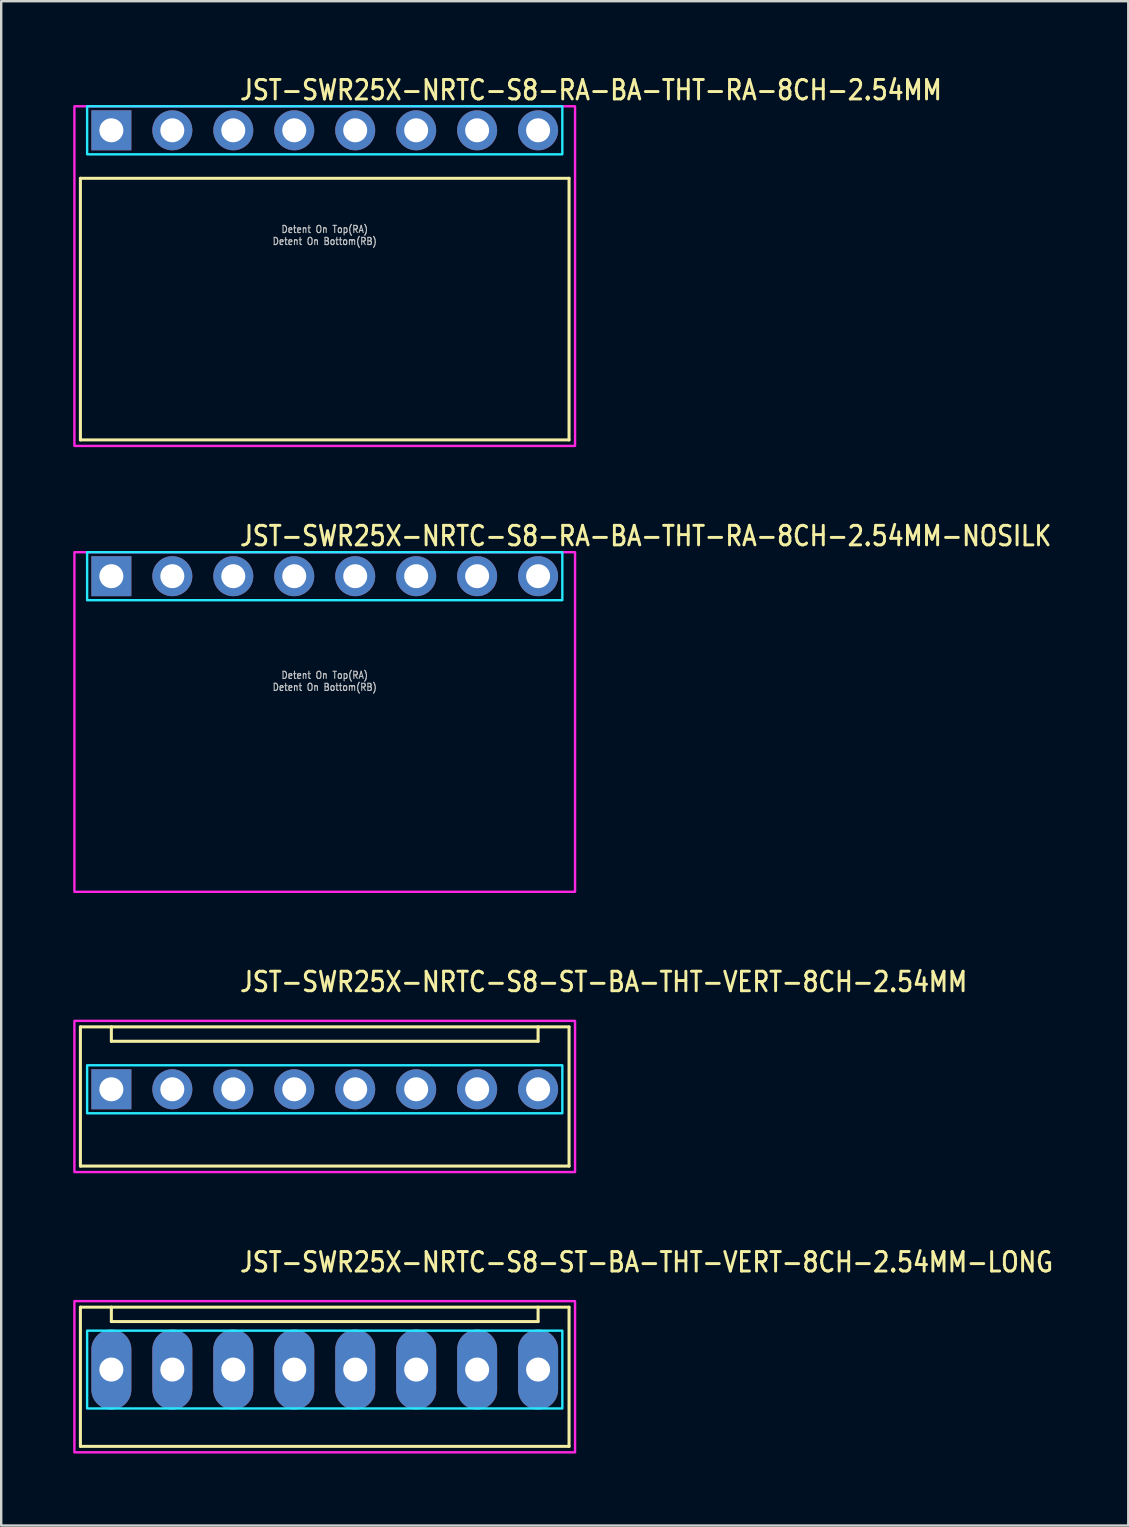
<source format=kicad_pcb>
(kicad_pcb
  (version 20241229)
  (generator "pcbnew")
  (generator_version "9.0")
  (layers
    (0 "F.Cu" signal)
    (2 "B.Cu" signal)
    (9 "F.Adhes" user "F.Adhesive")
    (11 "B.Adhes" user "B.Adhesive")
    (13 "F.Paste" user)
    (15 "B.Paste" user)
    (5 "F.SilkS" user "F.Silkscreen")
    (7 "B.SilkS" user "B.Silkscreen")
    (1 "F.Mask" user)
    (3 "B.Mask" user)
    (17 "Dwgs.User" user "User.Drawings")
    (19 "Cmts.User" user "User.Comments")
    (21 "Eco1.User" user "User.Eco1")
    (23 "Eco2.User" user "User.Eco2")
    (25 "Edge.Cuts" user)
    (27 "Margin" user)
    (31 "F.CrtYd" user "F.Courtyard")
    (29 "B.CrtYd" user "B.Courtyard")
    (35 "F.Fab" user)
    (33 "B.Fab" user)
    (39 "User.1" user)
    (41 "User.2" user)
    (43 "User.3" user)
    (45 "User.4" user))
  (footprint "JST-SWR25X-NRTC-S8-ST-BA-THT-VERT-8CH-2.54MM"
    (layer "F.Cu")
    (at 10.48 42.336)
    (property "Reference" "JST-SWR25X-NRTC-S8-ST-BA-THT-VERT-8CH-2.54MM" (at -3.6 -4 0) (unlocked yes) (layer "F.SilkS") (effects (font (size 0.813 0.695) (thickness 0.122)) (justify left bottom)))
    (fp_line (start -10.18 -2.6) (end 10.18 -2.6) (stroke (width 0.127) (type solid)) (layer "F.SilkS"))
    (fp_line (start -10.18 3.2) (end -10.18 -2.6) (stroke (width 0.127) (type solid)) (layer "F.SilkS"))
    (fp_line (start -10.18 3.2) (end 10.18 3.2) (stroke (width 0.127) (type solid)) (layer "F.SilkS"))
    (fp_line (start -8.89 -2.6) (end -8.89 -2) (stroke (width 0.127) (type solid)) (layer "F.SilkS"))
    (fp_line (start -8.89 -2) (end 8.89 -2) (stroke (width 0.127) (type solid)) (layer "F.SilkS"))
    (fp_line (start 8.89 -2.6) (end 8.89 -2) (stroke (width 0.127) (type solid)) (layer "F.SilkS"))
    (fp_line (start 10.18 -2.6) (end 10.18 3.2) (stroke (width 0.127) (type solid)) (layer "F.SilkS"))
    (fp_poly (pts (xy -9.9 -1) (xy -9.9 1) (xy 9.9 1) (xy 9.9 -1)) (stroke (width 0.1) (type solid)) (fill no) (layer "B.CrtYd"))
    (fp_poly (pts (xy -10.43 -2.85) (xy -10.43 3.45) (xy 10.43 3.45) (xy 10.43 -2.85)) (stroke (width 0.1) (type solid)) (fill no) (layer "F.CrtYd"))
    (pad "P$1" thru_hole rect (at -8.89 0) (size 1.667 1.667) (drill 1) (layers "*.Cu" "*.Mask"))
    (pad "P$2" thru_hole oval (at -6.35 0) (size 1.667 1.667) (drill 1) (layers "*.Cu" "*.Mask"))
    (pad "P$3" thru_hole oval (at -3.81 0) (size 1.667 1.667) (drill 1) (layers "*.Cu" "*.Mask"))
    (pad "P$4" thru_hole oval (at -1.27 0) (size 1.667 1.667) (drill 1) (layers "*.Cu" "*.Mask"))
    (pad "P$5" thru_hole oval (at 1.27 0) (size 1.667 1.667) (drill 1) (layers "*.Cu" "*.Mask"))
    (pad "P$6" thru_hole oval (at 3.81 0) (size 1.667 1.667) (drill 1) (layers "*.Cu" "*.Mask"))
    (pad "P$7" thru_hole oval (at 6.35 0) (size 1.667 1.667) (drill 1) (layers "*.Cu" "*.Mask"))
    (pad "P$8" thru_hole oval (at 8.89 0) (size 1.667 1.667) (drill 1) (layers "*.Cu" "*.Mask")))
  (footprint "JST-SWR25X-NRTC-S8-RA-BA-THT-RA-8CH-2.54MM-NOSILK"
    (layer "F.Cu")
    (at 10.48 20.957)
    (property "Reference" "JST-SWR25X-NRTC-S8-RA-BA-THT-RA-8CH-2.54MM-NOSILK" (at -3.6 -1.2 0) (unlocked yes) (layer "F.SilkS") (effects (font (size 0.813 0.695) (thickness 0.122)) (justify left bottom)))
    (fp_poly (pts (xy -9.9 -1) (xy -9.9 1) (xy 9.9 1) (xy 9.9 -1)) (stroke (width 0.1) (type solid)) (fill no) (layer "B.CrtYd"))
    (fp_poly (pts (xy -10.43 -1) (xy -10.43 13.15) (xy 10.43 13.15) (xy 10.43 -1)) (stroke (width 0.1) (type solid)) (fill no) (layer "F.CrtYd"))
    (fp_text user "Detent On Bottom(RB)" (at 0 4.8 0) (unlocked yes) (layer "Dwgs.User") (effects (font (size 0.3 0.257) (thickness 0.045)) (justify bottom)))
    (fp_text user "Detent On Top(RA)" (at 0 4.3 0) (unlocked yes) (layer "Dwgs.User") (effects (font (size 0.3 0.257) (thickness 0.045)) (justify bottom)))
    (pad "P$1" thru_hole rect (at -8.89 0) (size 1.667 1.667) (drill 1) (layers "*.Cu" "*.Mask"))
    (pad "P$2" thru_hole oval (at -6.35 0) (size 1.667 1.667) (drill 1) (layers "*.Cu" "*.Mask"))
    (pad "P$3" thru_hole oval (at -3.81 0) (size 1.667 1.667) (drill 1) (layers "*.Cu" "*.Mask"))
    (pad "P$4" thru_hole oval (at -1.27 0) (size 1.667 1.667) (drill 1) (layers "*.Cu" "*.Mask"))
    (pad "P$5" thru_hole oval (at 1.27 0) (size 1.667 1.667) (drill 1) (layers "*.Cu" "*.Mask"))
    (pad "P$6" thru_hole oval (at 3.81 0) (size 1.667 1.667) (drill 1) (layers "*.Cu" "*.Mask"))
    (pad "P$7" thru_hole oval (at 6.35 0) (size 1.667 1.667) (drill 1) (layers "*.Cu" "*.Mask"))
    (pad "P$8" thru_hole oval (at 8.89 0) (size 1.667 1.667) (drill 1) (layers "*.Cu" "*.Mask")))
  (footprint "JST-SWR25X-NRTC-S8-ST-BA-THT-VERT-8CH-2.54MM-LONG"
    (layer "F.Cu")
    (at 10.48 54.014)
    (property "Reference" "JST-SWR25X-NRTC-S8-ST-BA-THT-VERT-8CH-2.54MM-LONG" (at -3.6 -4 0) (unlocked yes) (layer "F.SilkS") (effects (font (size 0.813 0.695) (thickness 0.122)) (justify left bottom)))
    (fp_line (start -10.18 -2.6) (end 10.18 -2.6) (stroke (width 0.127) (type solid)) (layer "F.SilkS"))
    (fp_line (start -10.18 3.2) (end -10.18 -2.6) (stroke (width 0.127) (type solid)) (layer "F.SilkS"))
    (fp_line (start -10.18 3.2) (end 10.18 3.2) (stroke (width 0.127) (type solid)) (layer "F.SilkS"))
    (fp_line (start -8.89 -2.6) (end -8.89 -2) (stroke (width 0.127) (type solid)) (layer "F.SilkS"))
    (fp_line (start -8.89 -2) (end 8.89 -2) (stroke (width 0.127) (type solid)) (layer "F.SilkS"))
    (fp_line (start 8.89 -2.6) (end 8.89 -2) (stroke (width 0.127) (type solid)) (layer "F.SilkS"))
    (fp_line (start 10.18 -2.6) (end 10.18 3.2) (stroke (width 0.127) (type solid)) (layer "F.SilkS"))
    (fp_poly (pts (xy -9.9 -1.62) (xy -9.9 1.62) (xy 9.9 1.62) (xy 9.9 -1.62)) (stroke (width 0.1) (type solid)) (fill no) (layer "B.CrtYd"))
    (fp_poly (pts (xy -10.43 -2.85) (xy -10.43 3.45) (xy 10.43 3.45) (xy 10.43 -2.85)) (stroke (width 0.1) (type solid)) (fill no) (layer "F.CrtYd"))
    (pad "P$1" thru_hole oval (at -8.89 0 90) (size 3.333 1.667) (drill 1) (layers "*.Cu" "*.Mask"))
    (pad "P$2" thru_hole oval (at -6.35 0 90) (size 3.333 1.667) (drill 1) (layers "*.Cu" "*.Mask"))
    (pad "P$3" thru_hole oval (at -3.81 0 90) (size 3.333 1.667) (drill 1) (layers "*.Cu" "*.Mask"))
    (pad "P$4" thru_hole oval (at -1.27 0 90) (size 3.333 1.667) (drill 1) (layers "*.Cu" "*.Mask"))
    (pad "P$5" thru_hole oval (at 1.27 0 90) (size 3.333 1.667) (drill 1) (layers "*.Cu" "*.Mask"))
    (pad "P$6" thru_hole oval (at 3.81 0 90) (size 3.333 1.667) (drill 1) (layers "*.Cu" "*.Mask"))
    (pad "P$7" thru_hole oval (at 6.35 0 90) (size 3.333 1.667) (drill 1) (layers "*.Cu" "*.Mask"))
    (pad "P$8" thru_hole oval (at 8.89 0 90) (size 3.333 1.667) (drill 1) (layers "*.Cu" "*.Mask")))
  (footprint "JST-SWR25X-NRTC-S8-RA-BA-THT-RA-8CH-2.54MM"
    (layer "F.Cu")
    (at 10.48 2.379)
    (property "Reference" "JST-SWR25X-NRTC-S8-RA-BA-THT-RA-8CH-2.54MM" (at -3.6 -1.2 0) (unlocked yes) (layer "F.SilkS") (effects (font (size 0.813 0.695) (thickness 0.122)) (justify left bottom)))
    (fp_line (start -10.18 2) (end 10.18 2) (stroke (width 0.127) (type solid)) (layer "F.SilkS"))
    (fp_line (start -10.18 12.9) (end -10.18 2) (stroke (width 0.127) (type solid)) (layer "F.SilkS"))
    (fp_line (start -10.18 12.9) (end 10.18 12.9) (stroke (width 0.127) (type solid)) (layer "F.SilkS"))
    (fp_line (start 10.18 2) (end 10.18 12.9) (stroke (width 0.127) (type solid)) (layer "F.SilkS"))
    (fp_poly (pts (xy -9.9 -1) (xy -9.9 1) (xy 9.9 1) (xy 9.9 -1)) (stroke (width 0.1) (type solid)) (fill no) (layer "B.CrtYd"))
    (fp_poly (pts (xy -10.43 -1) (xy -10.43 13.15) (xy 10.43 13.15) (xy 10.43 -1)) (stroke (width 0.1) (type solid)) (fill no) (layer "F.CrtYd"))
    (fp_text user "Detent On Bottom(RB)" (at 0 4.8 0) (unlocked yes) (layer "Dwgs.User") (effects (font (size 0.3 0.257) (thickness 0.045)) (justify bottom)))
    (fp_text user "Detent On Top(RA)" (at 0 4.3 0) (unlocked yes) (layer "Dwgs.User") (effects (font (size 0.3 0.257) (thickness 0.045)) (justify bottom)))
    (pad "P$1" thru_hole rect (at -8.89 0) (size 1.667 1.667) (drill 1) (layers "*.Cu" "*.Mask"))
    (pad "P$2" thru_hole oval (at -6.35 0) (size 1.667 1.667) (drill 1) (layers "*.Cu" "*.Mask"))
    (pad "P$3" thru_hole oval (at -3.81 0) (size 1.667 1.667) (drill 1) (layers "*.Cu" "*.Mask"))
    (pad "P$4" thru_hole oval (at -1.27 0) (size 1.667 1.667) (drill 1) (layers "*.Cu" "*.Mask"))
    (pad "P$5" thru_hole oval (at 1.27 0) (size 1.667 1.667) (drill 1) (layers "*.Cu" "*.Mask"))
    (pad "P$6" thru_hole oval (at 3.81 0) (size 1.667 1.667) (drill 1) (layers "*.Cu" "*.Mask"))
    (pad "P$7" thru_hole oval (at 6.35 0) (size 1.667 1.667) (drill 1) (layers "*.Cu" "*.Mask"))
    (pad "P$8" thru_hole oval (at 8.89 0) (size 1.667 1.667) (drill 1) (layers "*.Cu" "*.Mask")))
  (gr_rect
    (start -3 -3)
    (end 43.96 60.514)
    (stroke (width 0.1) (type default))
    (fill no)
    (layer "Edge.Cuts")))
</source>
